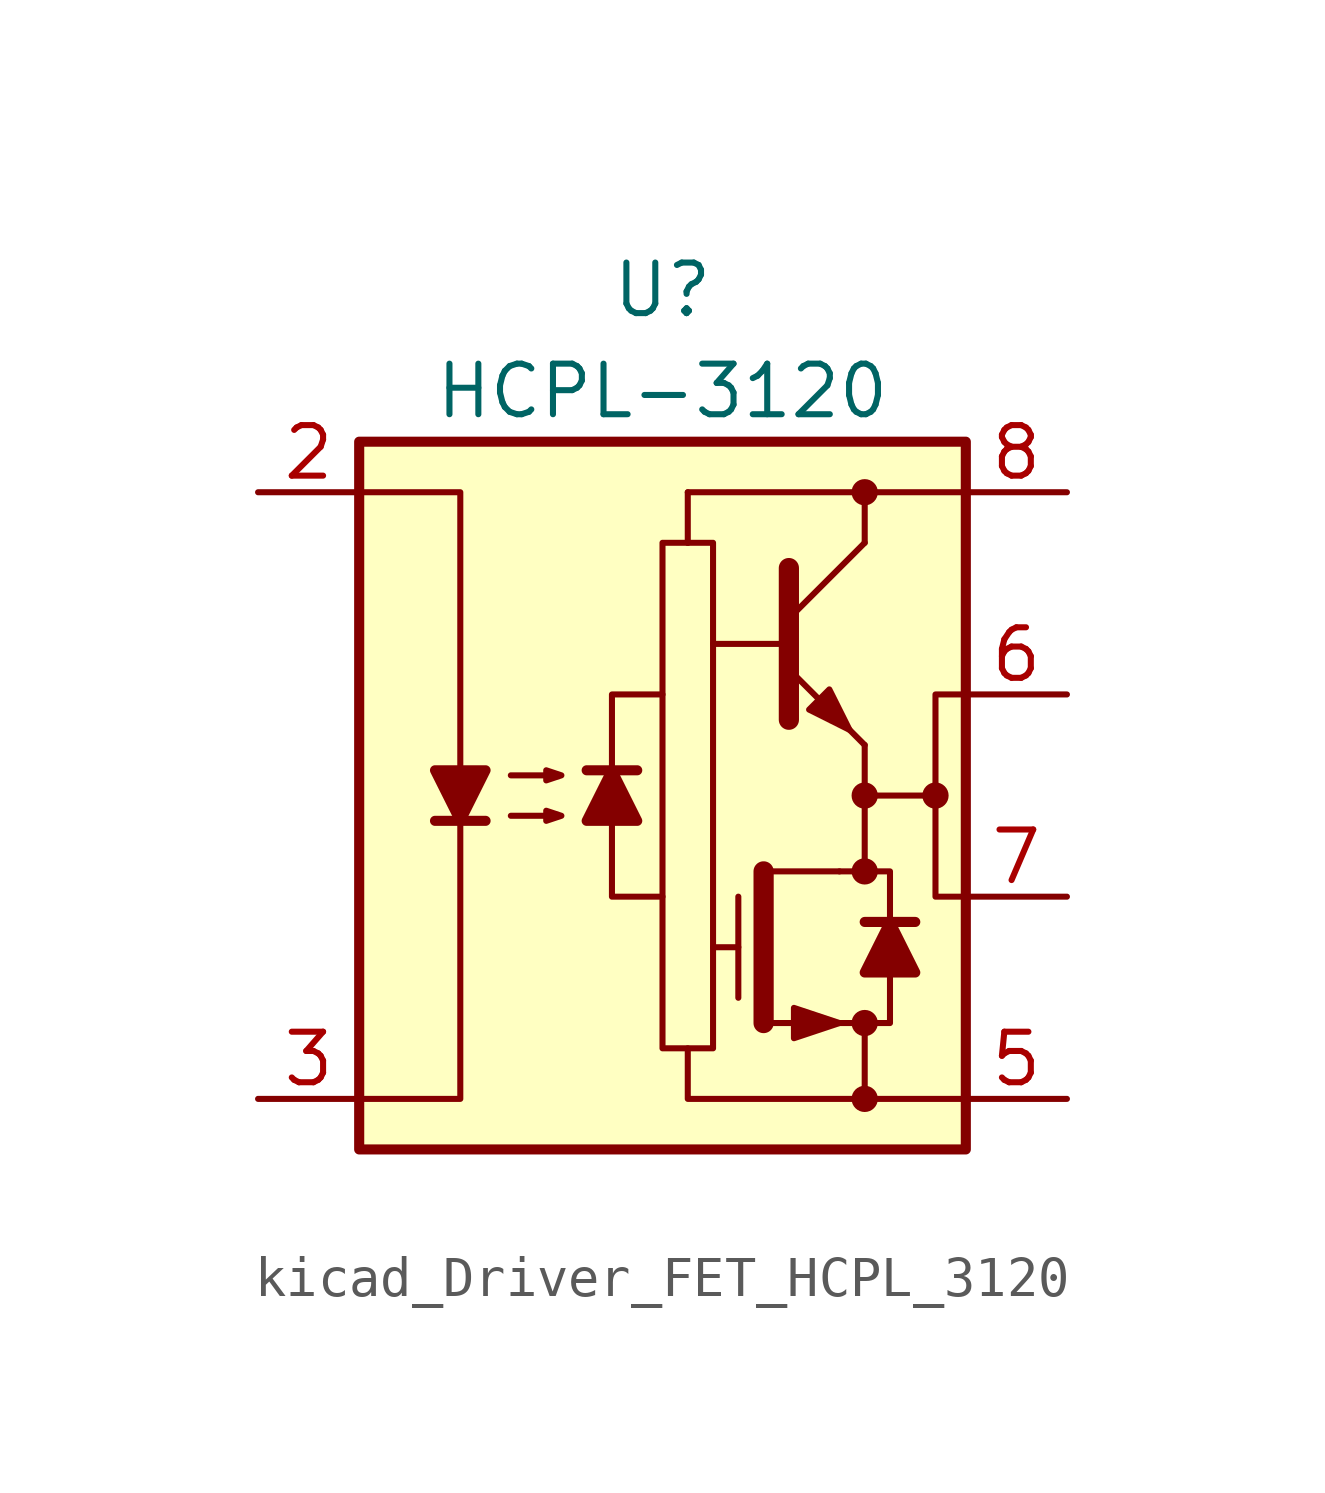
<source format=kicad_sym>
(kicad_symbol_lib
  (version 20220914)
  (generator kicad_symbol_editor)
  (symbol "kicad_Driver_FET_HCPL_3120"
    (pin_names hide)
    (property "Reference" "U"
      (at 0 12.7 0)
      (effects (font (size 1.27 1.27))))
    (property "Value" "HCPL-3120"
      (at 0 10.16 0)
      (effects (font (size 1.27 1.27))))
    (symbol "kicad_Driver_FET_HCPL_3120_0_1"
      (rectangle (start -7.62 8.89) (end 7.62 -8.89) (stroke (width 0.254) (type default)) (fill (type background)))
      (polyline (pts (xy -5.715 -0.635) (xy -4.445 -0.635)) (stroke (width 0.254) (type default)) (fill (type none)))
      (polyline (pts (xy -0.635 0.635) (xy -1.905 0.635)) (stroke (width 0.254) (type default)) (fill (type none)))
      (polyline (pts (xy 1.27 -3.81) (xy 1.905 -3.81)) (stroke (width 0) (type default)) (fill (type none)))
      (polyline (pts (xy 1.905 -5.08) (xy 1.905 -2.54)) (stroke (width 0) (type default)) (fill (type none)))
      (polyline (pts (xy 2.54 -5.715) (xy 2.54 -1.905)) (stroke (width 0.508) (type default)) (fill (type none)))
      (polyline (pts (xy 3.048 3.81) (xy 1.27 3.81)) (stroke (width 0) (type default)) (fill (type none)))
      (polyline (pts (xy 3.175 4.445) (xy 5.08 6.35)) (stroke (width 0) (type default)) (fill (type none)))
      (polyline (pts (xy 4.445 -1.905) (xy 2.54 -1.905)) (stroke (width 0) (type default)) (fill (type none)))
      (polyline (pts (xy 5.08 -5.715) (xy 5.08 -7.62)) (stroke (width 0) (type default)) (fill (type none)))
      (polyline (pts (xy 5.08 0) (xy 6.858 0)) (stroke (width 0) (type default)) (fill (type none)))
      (polyline (pts (xy 5.08 1.27) (xy 3.175 3.175)) (stroke (width 0) (type default)) (fill (type outline)))
      (polyline (pts (xy 5.08 1.27) (xy 5.08 -1.905)) (stroke (width 0) (type default)) (fill (type none)))
      (polyline (pts (xy 5.08 6.35) (xy 5.08 7.62)) (stroke (width 0) (type default)) (fill (type none)))
      (polyline (pts (xy 6.35 -3.175) (xy 5.08 -3.175)) (stroke (width 0.254) (type default)) (fill (type none)))
      (polyline (pts (xy 7.62 7.62) (xy 0.635 7.62)) (stroke (width 0) (type default)) (fill (type none)))
      (polyline (pts (xy -1.27 -0.635) (xy -1.27 -2.54) (xy 0 -2.54)) (stroke (width 0) (type default)) (fill (type none)))
      (polyline (pts (xy -1.27 0.635) (xy -1.27 2.54) (xy 0 2.54)) (stroke (width 0) (type default)) (fill (type none)))
      (polyline (pts (xy 0.635 -6.35) (xy 0.635 -7.62) (xy 7.62 -7.62)) (stroke (width 0) (type default)) (fill (type none)))
      (polyline (pts (xy 3.175 5.715) (xy 3.175 1.905) (xy 3.175 1.905)) (stroke (width 0.508) (type default)) (fill (type none)))
      (polyline (pts (xy 4.445 -1.905) (xy 5.715 -1.905) (xy 5.715 -3.175)) (stroke (width 0) (type default)) (fill (type none)))
      (polyline (pts (xy 5.715 -4.445) (xy 5.715 -5.715) (xy 2.54 -5.715)) (stroke (width 0) (type default)) (fill (type none)))
      (polyline (pts (xy -7.62 7.62) (xy -5.08 7.62) (xy -5.08 -7.62) (xy -7.62 -7.62)) (stroke (width 0) (type default)) (fill (type none)))
      (polyline (pts (xy -5.08 -0.635) (xy -5.715 0.635) (xy -4.445 0.635) (xy -5.08 -0.635)) (stroke (width 0.254) (type default)) (fill (type outline)))
      (polyline (pts (xy -1.27 0.635) (xy -0.635 -0.635) (xy -1.905 -0.635) (xy -1.27 0.635)) (stroke (width 0.254) (type default)) (fill (type outline)))
      (polyline (pts (xy 4.445 -5.715) (xy 3.302 -5.334) (xy 3.302 -6.096) (xy 4.445 -5.715)) (stroke (width 0) (type default)) (fill (type outline)))
      (polyline (pts (xy 5.715 -3.175) (xy 6.35 -4.445) (xy 5.08 -4.445) (xy 5.715 -3.175)) (stroke (width 0.254) (type default)) (fill (type outline)))
      (polyline (pts (xy 7.62 2.54) (xy 6.858 2.54) (xy 6.858 -2.54) (xy 7.62 -2.54)) (stroke (width 0) (type default)) (fill (type none)))
      (polyline (pts (xy -3.81 -0.508) (xy -2.54 -0.508) (xy -2.921 -0.635) (xy -2.921 -0.381) (xy -2.54 -0.508)) (stroke (width 0) (type default)) (fill (type none)))
      (polyline (pts (xy -3.81 0.508) (xy -2.54 0.508) (xy -2.921 0.381) (xy -2.921 0.635) (xy -2.54 0.508)) (stroke (width 0) (type default)) (fill (type none)))
      (polyline (pts (xy 1.27 6.35) (xy 1.27 -6.35) (xy 0 -6.35) (xy 0 6.35) (xy 1.27 6.35)) (stroke (width 0) (type default)) (fill (type none)))
      (polyline (pts (xy 3.683 2.159) (xy 4.191 2.667) (xy 4.699 1.651) (xy 3.683 2.159) (xy 3.683 2.159)) (stroke (width 0) (type default)) (fill (type outline)))
      (rectangle (start 0.635 6.35) (end 0.635 6.35) (stroke (width 0) (type default)) (fill (type none)))
      (rectangle (start 0.635 6.35) (end 0.635 7.62) (stroke (width 0) (type default)) (fill (type none)))
      (circle (center 5.08 -7.62) (radius 0.254) (stroke (width 0) (type default)) (fill (type outline)))
      (circle (center 5.08 -5.715) (radius 0.254) (stroke (width 0) (type default)) (fill (type outline)))
      (circle (center 5.08 -1.905) (radius 0.254) (stroke (width 0) (type default)) (fill (type outline)))
      (circle (center 5.08 0) (radius 0.254) (stroke (width 0) (type default)) (fill (type outline)))
      (circle (center 5.08 7.62) (radius 0.254) (stroke (width 0) (type default)) (fill (type outline)))
      (circle (center 6.858 0) (radius 0.254) (stroke (width 0) (type default)) (fill (type outline))))
    (symbol "kicad_Driver_FET_HCPL_3120_1_1"
      (pin no_connect line (at -7.62 2.54 0) (length 2.54) hide (name "NC" (effects (font (size 1.27 1.27)))) (number "1" (effects (font (size 1.27 1.27)))))
      (pin passive line (at -10.16 7.62 0) (length 2.54) (name "A" (effects (font (size 1.27 1.27)))) (number "2" (effects (font (size 1.27 1.27)))))
      (pin passive line (at -10.16 -7.62 0) (length 2.54) (name "C" (effects (font (size 1.27 1.27)))) (number "3" (effects (font (size 1.27 1.27)))))
      (pin no_connect line (at -7.62 -2.54 0) (length 2.54) hide (name "NC" (effects (font (size 1.27 1.27)))) (number "4" (effects (font (size 1.27 1.27)))))
      (pin power_out line (at 10.16 -7.62 180) (length 2.54) (name "VEE" (effects (font (size 1.27 1.27)))) (number "5" (effects (font (size 1.27 1.27)))))
      (pin output line (at 10.16 2.54 180) (length 2.54) (name "VO" (effects (font (size 1.27 1.27)))) (number "6" (effects (font (size 1.27 1.27)))))
      (pin output line (at 10.16 -2.54 180) (length 2.54) (name "VO" (effects (font (size 1.27 1.27)))) (number "7" (effects (font (size 1.27 1.27)))))
      (pin power_in line (at 10.16 7.62 180) (length 2.54) (name "VCC" (effects (font (size 1.27 1.27)))) (number "8" (effects (font (size 1.27 1.27))))))))
</source>
